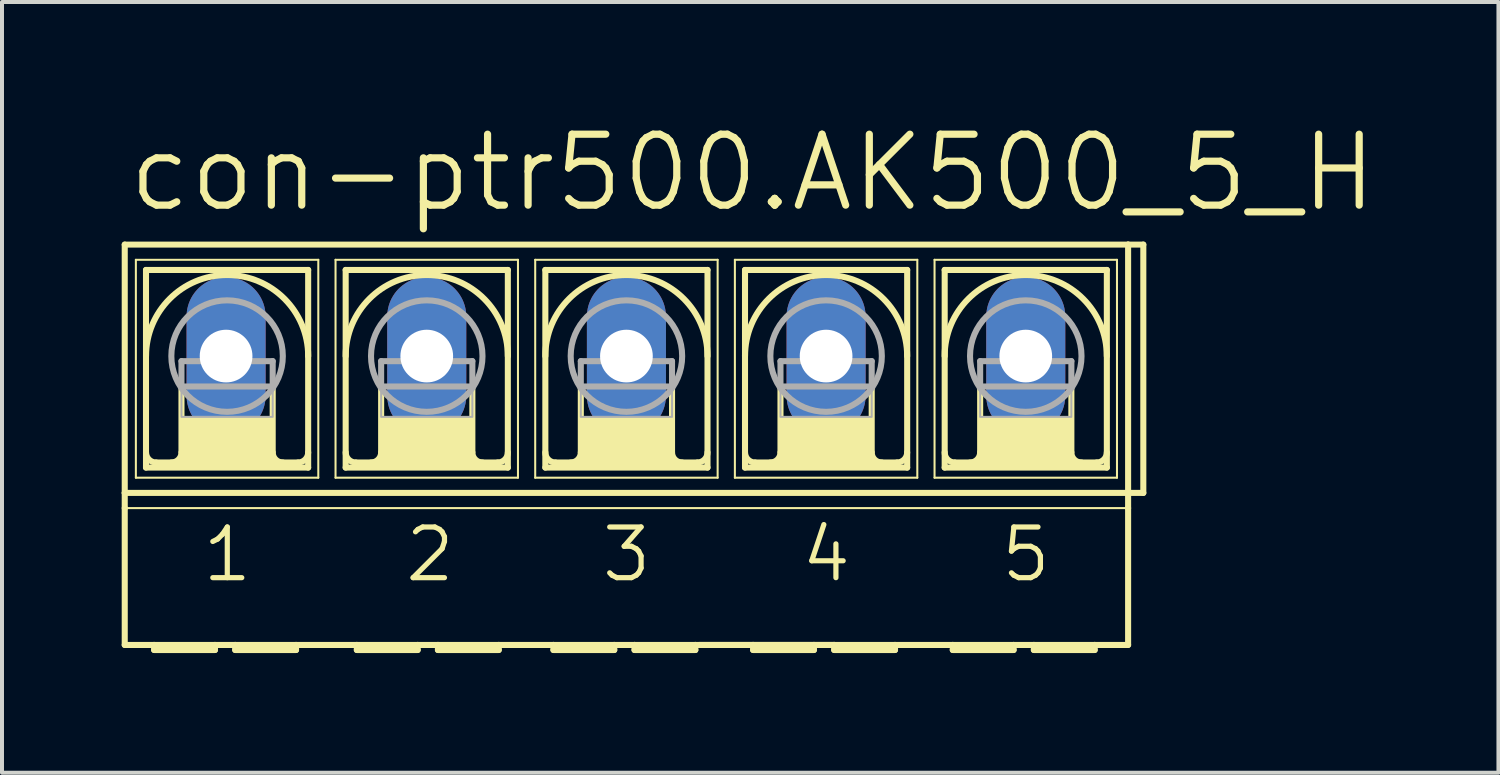
<source format=kicad_pcb>
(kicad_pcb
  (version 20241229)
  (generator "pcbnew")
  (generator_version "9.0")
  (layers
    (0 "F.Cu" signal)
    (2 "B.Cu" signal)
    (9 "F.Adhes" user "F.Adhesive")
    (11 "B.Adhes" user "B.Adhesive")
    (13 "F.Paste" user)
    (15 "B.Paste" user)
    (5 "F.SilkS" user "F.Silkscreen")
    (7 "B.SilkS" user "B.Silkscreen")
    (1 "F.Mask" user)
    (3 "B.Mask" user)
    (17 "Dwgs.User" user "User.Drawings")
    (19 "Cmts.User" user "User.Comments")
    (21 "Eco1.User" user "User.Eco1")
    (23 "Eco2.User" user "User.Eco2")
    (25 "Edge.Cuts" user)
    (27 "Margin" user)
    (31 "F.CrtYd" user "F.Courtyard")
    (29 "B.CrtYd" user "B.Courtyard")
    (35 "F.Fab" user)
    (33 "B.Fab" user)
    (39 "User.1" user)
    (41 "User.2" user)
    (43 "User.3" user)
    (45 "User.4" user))
  (footprint "con-ptr500.AK500_5_H"
    (layer "F.Cu")
    (at 12.649 5.874)
    (property "Reference" "con-ptr500.AK500_5_H" (at -12.573 -3.556 0) (layer "F.SilkS") (effects (font (size 1.778 1.778) (thickness 0.18)) (justify left bottom)))
    (attr through_hole)
    (fp_line (start -12.573 3.429) (end -12.573 -2.794) (stroke (width 0.152) (type default)) (layer "F.SilkS"))
    (fp_line (start -12.573 3.429) (end 12.573 3.429) (stroke (width 0.152) (type default)) (layer "F.SilkS"))
    (fp_line (start -12.573 3.81) (end -12.573 3.429) (stroke (width 0.152) (type default)) (layer "F.SilkS"))
    (fp_line (start -12.573 7.239) (end -12.573 3.81) (stroke (width 0.152) (type default)) (layer "F.SilkS"))
    (fp_line (start -12.573 7.239) (end -11.836 7.239) (stroke (width 0.152) (type default)) (layer "F.SilkS"))
    (fp_line (start -12.294 -2.413) (end -12.294 3.048) (stroke (width 0.051) (type default)) (layer "F.SilkS"))
    (fp_line (start -12.294 -2.413) (end -7.722 -2.413) (stroke (width 0.051) (type default)) (layer "F.SilkS"))
    (fp_line (start -12.04 2.794) (end -12.04 -2.159) (stroke (width 0.152) (type default)) (layer "F.SilkS"))
    (fp_line (start -12.04 2.794) (end -7.976 2.794) (stroke (width 0.152) (type default)) (layer "F.SilkS"))
    (fp_line (start -11.836 7.239) (end -10.312 7.239) (stroke (width 0.152) (type default)) (layer "F.SilkS"))
    (fp_line (start -11.836 7.366) (end -11.836 7.239) (stroke (width 0.152) (type default)) (layer "F.SilkS"))
    (fp_line (start -11.836 7.366) (end -10.312 7.366) (stroke (width 0.152) (type default)) (layer "F.SilkS"))
    (fp_line (start -11.151 0.762) (end -11.151 2.413) (stroke (width 0.152) (type default)) (layer "F.SilkS"))
    (fp_line (start -10.312 7.239) (end -10.312 7.366) (stroke (width 0.152) (type default)) (layer "F.SilkS"))
    (fp_line (start -10.312 7.239) (end -9.804 7.239) (stroke (width 0.152) (type default)) (layer "F.SilkS"))
    (fp_line (start -9.804 7.239) (end -8.28 7.239) (stroke (width 0.152) (type default)) (layer "F.SilkS"))
    (fp_line (start -9.804 7.366) (end -9.804 7.239) (stroke (width 0.152) (type default)) (layer "F.SilkS"))
    (fp_line (start -9.804 7.366) (end -8.28 7.366) (stroke (width 0.152) (type default)) (layer "F.SilkS"))
    (fp_line (start -8.865 0.762) (end -8.865 2.413) (stroke (width 0.152) (type default)) (layer "F.SilkS"))
    (fp_line (start -8.28 7.239) (end -6.756 7.239) (stroke (width 0.152) (type default)) (layer "F.SilkS"))
    (fp_line (start -8.28 7.366) (end -8.28 7.239) (stroke (width 0.152) (type default)) (layer "F.SilkS"))
    (fp_line (start -8.23 2.667) (end -11.786 2.667) (stroke (width 0.152) (type default)) (layer "F.SilkS"))
    (fp_line (start -7.976 -2.159) (end -12.04 -2.159) (stroke (width 0.152) (type default)) (layer "F.SilkS"))
    (fp_line (start -7.976 -2.159) (end -7.976 2.794) (stroke (width 0.152) (type default)) (layer "F.SilkS"))
    (fp_line (start -7.722 -2.413) (end -7.722 3.048) (stroke (width 0.051) (type default)) (layer "F.SilkS"))
    (fp_line (start -7.722 3.048) (end -12.294 3.048) (stroke (width 0.051) (type default)) (layer "F.SilkS"))
    (fp_line (start -7.29 -2.413) (end -7.29 3.048) (stroke (width 0.051) (type default)) (layer "F.SilkS"))
    (fp_line (start -7.29 -2.413) (end -2.718 -2.413) (stroke (width 0.051) (type default)) (layer "F.SilkS"))
    (fp_line (start -7.036 -2.159) (end -7.036 2.794) (stroke (width 0.152) (type default)) (layer "F.SilkS"))
    (fp_line (start -7.036 2.794) (end -2.972 2.794) (stroke (width 0.152) (type default)) (layer "F.SilkS"))
    (fp_line (start -6.756 7.239) (end -5.232 7.239) (stroke (width 0.152) (type default)) (layer "F.SilkS"))
    (fp_line (start -6.756 7.366) (end -6.756 7.239) (stroke (width 0.152) (type default)) (layer "F.SilkS"))
    (fp_line (start -6.756 7.366) (end -5.232 7.366) (stroke (width 0.152) (type default)) (layer "F.SilkS"))
    (fp_line (start -6.147 0.762) (end -6.147 2.413) (stroke (width 0.152) (type default)) (layer "F.SilkS"))
    (fp_line (start -5.232 7.239) (end -5.232 7.366) (stroke (width 0.152) (type default)) (layer "F.SilkS"))
    (fp_line (start -5.232 7.239) (end -4.724 7.239) (stroke (width 0.152) (type default)) (layer "F.SilkS"))
    (fp_line (start -4.724 7.239) (end -3.2 7.239) (stroke (width 0.152) (type default)) (layer "F.SilkS"))
    (fp_line (start -4.724 7.366) (end -4.724 7.239) (stroke (width 0.152) (type default)) (layer "F.SilkS"))
    (fp_line (start -4.724 7.366) (end -3.2 7.366) (stroke (width 0.152) (type default)) (layer "F.SilkS"))
    (fp_line (start -3.861 0.762) (end -3.861 2.413) (stroke (width 0.152) (type default)) (layer "F.SilkS"))
    (fp_line (start -3.226 2.667) (end -6.782 2.667) (stroke (width 0.152) (type default)) (layer "F.SilkS"))
    (fp_line (start -3.2 7.366) (end -3.2 7.239) (stroke (width 0.152) (type default)) (layer "F.SilkS"))
    (fp_line (start -2.972 -2.159) (end -7.036 -2.159) (stroke (width 0.152) (type default)) (layer "F.SilkS"))
    (fp_line (start -2.972 2.794) (end -2.972 -2.159) (stroke (width 0.152) (type default)) (layer "F.SilkS"))
    (fp_line (start -2.718 3.048) (end -7.29 3.048) (stroke (width 0.051) (type default)) (layer "F.SilkS"))
    (fp_line (start -2.718 3.048) (end -2.718 -2.413) (stroke (width 0.051) (type default)) (layer "F.SilkS"))
    (fp_line (start -2.286 -2.413) (end -2.286 3.048) (stroke (width 0.051) (type default)) (layer "F.SilkS"))
    (fp_line (start -2.286 -2.413) (end 2.286 -2.413) (stroke (width 0.051) (type default)) (layer "F.SilkS"))
    (fp_line (start -2.032 2.794) (end -2.032 -2.159) (stroke (width 0.152) (type default)) (layer "F.SilkS"))
    (fp_line (start -2.032 2.794) (end 2.032 2.794) (stroke (width 0.152) (type default)) (layer "F.SilkS"))
    (fp_line (start -1.829 7.239) (end -3.2 7.239) (stroke (width 0.152) (type default)) (layer "F.SilkS"))
    (fp_line (start -1.829 7.239) (end -1.829 7.366) (stroke (width 0.152) (type default)) (layer "F.SilkS"))
    (fp_line (start -1.829 7.239) (end -0.305 7.239) (stroke (width 0.152) (type default)) (layer "F.SilkS"))
    (fp_line (start -1.829 7.366) (end -0.305 7.366) (stroke (width 0.152) (type default)) (layer "F.SilkS"))
    (fp_line (start -1.143 0.762) (end -1.143 2.413) (stroke (width 0.152) (type default)) (layer "F.SilkS"))
    (fp_line (start -0.305 7.239) (end -0.305 7.366) (stroke (width 0.152) (type default)) (layer "F.SilkS"))
    (fp_line (start -0.305 7.239) (end 0.203 7.239) (stroke (width 0.152) (type default)) (layer "F.SilkS"))
    (fp_line (start 0.203 7.239) (end 0.203 7.366) (stroke (width 0.152) (type default)) (layer "F.SilkS"))
    (fp_line (start 0.203 7.239) (end 1.727 7.239) (stroke (width 0.152) (type default)) (layer "F.SilkS"))
    (fp_line (start 0.203 7.366) (end 1.727 7.366) (stroke (width 0.152) (type default)) (layer "F.SilkS"))
    (fp_line (start 1.143 0.762) (end 1.143 2.413) (stroke (width 0.152) (type default)) (layer "F.SilkS"))
    (fp_line (start 1.727 7.366) (end 1.727 7.239) (stroke (width 0.152) (type default)) (layer "F.SilkS"))
    (fp_line (start 1.778 2.667) (end -1.778 2.667) (stroke (width 0.152) (type default)) (layer "F.SilkS"))
    (fp_line (start 2.032 -2.159) (end -2.032 -2.159) (stroke (width 0.152) (type default)) (layer "F.SilkS"))
    (fp_line (start 2.032 -2.159) (end 2.032 2.794) (stroke (width 0.152) (type default)) (layer "F.SilkS"))
    (fp_line (start 2.286 -2.413) (end 2.286 3.048) (stroke (width 0.051) (type default)) (layer "F.SilkS"))
    (fp_line (start 2.286 3.048) (end -2.286 3.048) (stroke (width 0.051) (type default)) (layer "F.SilkS"))
    (fp_line (start 2.718 -2.413) (end 2.718 3.048) (stroke (width 0.051) (type default)) (layer "F.SilkS"))
    (fp_line (start 2.718 -2.413) (end 7.29 -2.413) (stroke (width 0.051) (type default)) (layer "F.SilkS"))
    (fp_line (start 2.972 2.794) (end 2.972 -2.159) (stroke (width 0.152) (type default)) (layer "F.SilkS"))
    (fp_line (start 2.972 2.794) (end 7.036 2.794) (stroke (width 0.152) (type default)) (layer "F.SilkS"))
    (fp_line (start 3.175 7.239) (end 1.829 7.239) (stroke (width 0.152) (type default)) (layer "F.SilkS"))
    (fp_line (start 3.175 7.239) (end 3.175 7.366) (stroke (width 0.152) (type default)) (layer "F.SilkS"))
    (fp_line (start 3.175 7.239) (end 4.699 7.239) (stroke (width 0.152) (type default)) (layer "F.SilkS"))
    (fp_line (start 3.175 7.366) (end 4.699 7.366) (stroke (width 0.152) (type default)) (layer "F.SilkS"))
    (fp_line (start 3.861 0.762) (end 3.861 2.413) (stroke (width 0.152) (type default)) (layer "F.SilkS"))
    (fp_line (start 4.699 7.239) (end 4.699 7.366) (stroke (width 0.152) (type default)) (layer "F.SilkS"))
    (fp_line (start 4.699 7.239) (end 5.207 7.239) (stroke (width 0.152) (type default)) (layer "F.SilkS"))
    (fp_line (start 5.207 7.239) (end 1.727 7.239) (stroke (width 0.152) (type default)) (layer "F.SilkS"))
    (fp_line (start 5.207 7.239) (end 5.207 7.366) (stroke (width 0.152) (type default)) (layer "F.SilkS"))
    (fp_line (start 5.207 7.366) (end 6.731 7.366) (stroke (width 0.152) (type default)) (layer "F.SilkS"))
    (fp_line (start 6.147 0.762) (end 6.147 2.413) (stroke (width 0.152) (type default)) (layer "F.SilkS"))
    (fp_line (start 6.731 7.239) (end 5.207 7.239) (stroke (width 0.152) (type default)) (layer "F.SilkS"))
    (fp_line (start 6.731 7.366) (end 6.731 7.239) (stroke (width 0.152) (type default)) (layer "F.SilkS"))
    (fp_line (start 6.782 2.667) (end 3.226 2.667) (stroke (width 0.152) (type default)) (layer "F.SilkS"))
    (fp_line (start 7.036 -2.159) (end 2.972 -2.159) (stroke (width 0.152) (type default)) (layer "F.SilkS"))
    (fp_line (start 7.036 -2.159) (end 7.036 2.794) (stroke (width 0.152) (type default)) (layer "F.SilkS"))
    (fp_line (start 7.29 -2.413) (end 7.29 3.048) (stroke (width 0.051) (type default)) (layer "F.SilkS"))
    (fp_line (start 7.29 3.048) (end 2.718 3.048) (stroke (width 0.051) (type default)) (layer "F.SilkS"))
    (fp_line (start 7.722 -2.413) (end 7.722 3.048) (stroke (width 0.051) (type default)) (layer "F.SilkS"))
    (fp_line (start 7.722 -2.413) (end 12.294 -2.413) (stroke (width 0.051) (type default)) (layer "F.SilkS"))
    (fp_line (start 7.976 2.794) (end 7.976 -2.159) (stroke (width 0.152) (type default)) (layer "F.SilkS"))
    (fp_line (start 7.976 2.794) (end 12.04 2.794) (stroke (width 0.152) (type default)) (layer "F.SilkS"))
    (fp_line (start 8.179 7.239) (end 6.731 7.239) (stroke (width 0.152) (type default)) (layer "F.SilkS"))
    (fp_line (start 8.179 7.366) (end 8.179 7.239) (stroke (width 0.152) (type default)) (layer "F.SilkS"))
    (fp_line (start 8.179 7.366) (end 9.703 7.366) (stroke (width 0.152) (type default)) (layer "F.SilkS"))
    (fp_line (start 8.865 0.762) (end 8.865 2.413) (stroke (width 0.152) (type default)) (layer "F.SilkS"))
    (fp_line (start 9.703 7.239) (end 8.179 7.239) (stroke (width 0.152) (type default)) (layer "F.SilkS"))
    (fp_line (start 9.703 7.239) (end 9.703 7.366) (stroke (width 0.152) (type default)) (layer "F.SilkS"))
    (fp_line (start 10.211 7.239) (end 9.703 7.239) (stroke (width 0.152) (type default)) (layer "F.SilkS"))
    (fp_line (start 10.211 7.366) (end 10.211 7.239) (stroke (width 0.152) (type default)) (layer "F.SilkS"))
    (fp_line (start 10.211 7.366) (end 11.735 7.366) (stroke (width 0.152) (type default)) (layer "F.SilkS"))
    (fp_line (start 11.151 0.762) (end 11.151 2.413) (stroke (width 0.152) (type default)) (layer "F.SilkS"))
    (fp_line (start 11.735 7.239) (end 10.211 7.239) (stroke (width 0.152) (type default)) (layer "F.SilkS"))
    (fp_line (start 11.735 7.366) (end 11.735 7.239) (stroke (width 0.152) (type default)) (layer "F.SilkS"))
    (fp_line (start 11.786 2.667) (end 8.23 2.667) (stroke (width 0.152) (type default)) (layer "F.SilkS"))
    (fp_line (start 12.04 -2.159) (end 7.976 -2.159) (stroke (width 0.152) (type default)) (layer "F.SilkS"))
    (fp_line (start 12.04 -2.159) (end 12.04 2.794) (stroke (width 0.152) (type default)) (layer "F.SilkS"))
    (fp_line (start 12.294 -2.413) (end 12.294 3.048) (stroke (width 0.051) (type default)) (layer "F.SilkS"))
    (fp_line (start 12.294 3.048) (end 7.722 3.048) (stroke (width 0.051) (type default)) (layer "F.SilkS"))
    (fp_line (start 12.573 -2.794) (end -12.573 -2.794) (stroke (width 0.152) (type default)) (layer "F.SilkS"))
    (fp_line (start 12.573 -2.794) (end 12.573 3.429) (stroke (width 0.152) (type default)) (layer "F.SilkS"))
    (fp_line (start 12.573 3.429) (end 12.573 3.81) (stroke (width 0.152) (type default)) (layer "F.SilkS"))
    (fp_line (start 12.573 3.81) (end -12.573 3.81) (stroke (width 0.051) (type default)) (layer "F.SilkS"))
    (fp_line (start 12.573 3.81) (end 12.573 7.239) (stroke (width 0.152) (type default)) (layer "F.SilkS"))
    (fp_line (start 12.573 7.239) (end 11.735 7.239) (stroke (width 0.152) (type default)) (layer "F.SilkS"))
    (fp_line (start 12.954 -2.794) (end 12.573 -2.794) (stroke (width 0.152) (type default)) (layer "F.SilkS"))
    (fp_line (start 12.954 -2.794) (end 12.954 3.429) (stroke (width 0.152) (type default)) (layer "F.SilkS"))
    (fp_line (start 12.954 3.429) (end 12.573 3.429) (stroke (width 0.152) (type default)) (layer "F.SilkS"))
    (fp_rect (start -11.151 2.667) (end -8.865 1.524) (stroke (width 0.05) (type default)) (fill yes) (layer "F.SilkS"))
    (fp_rect (start -6.147 2.667) (end -3.861 1.524) (stroke (width 0.05) (type default)) (fill yes) (layer "F.SilkS"))
    (fp_rect (start -1.143 2.667) (end 1.143 1.524) (stroke (width 0.05) (type default)) (fill yes) (layer "F.SilkS"))
    (fp_rect (start 3.861 2.667) (end 6.147 1.524) (stroke (width 0.05) (type default)) (fill yes) (layer "F.SilkS"))
    (fp_rect (start 8.865 2.667) (end 11.151 1.524) (stroke (width 0.05) (type default)) (fill yes) (layer "F.SilkS"))
    (fp_arc (start -12.0396 0) (mid -10.0076 -2.032) (end -7.9756 0) (stroke (width 0.1524) (type default)) (layer "F.SilkS"))
    (fp_arc (start -11.7856 2.667) (mid -11.965205 2.592605) (end -12.0396 2.413) (stroke (width 0.1524) (type default)) (layer "F.SilkS"))
    (fp_arc (start -11.1506 2.413) (mid -11.224995 2.592605) (end -11.4046 2.667) (stroke (width 0.1524) (type default)) (layer "F.SilkS"))
    (fp_arc (start -8.6106 2.667) (mid -8.790205 2.592605) (end -8.8646 2.413) (stroke (width 0.1524) (type default)) (layer "F.SilkS"))
    (fp_arc (start -7.9756 2.413) (mid -8.049995 2.592605) (end -8.2296 2.667) (stroke (width 0.1524) (type default)) (layer "F.SilkS"))
    (fp_arc (start -7.0358 0) (mid -5.0038 -2.032) (end -2.9718 0) (stroke (width 0.1524) (type default)) (layer "F.SilkS"))
    (fp_arc (start -6.7818 2.667) (mid -6.961405 2.592605) (end -7.0358 2.413) (stroke (width 0.1524) (type default)) (layer "F.SilkS"))
    (fp_arc (start -6.1468 2.413) (mid -6.221195 2.592605) (end -6.4008 2.667) (stroke (width 0.1524) (type default)) (layer "F.SilkS"))
    (fp_arc (start -3.6068 2.667) (mid -3.786405 2.592605) (end -3.8608 2.413) (stroke (width 0.1524) (type default)) (layer "F.SilkS"))
    (fp_arc (start -2.9718 2.413) (mid -3.046195 2.592605) (end -3.2258 2.667) (stroke (width 0.1524) (type default)) (layer "F.SilkS"))
    (fp_arc (start -2.032 0) (mid 0 -2.032) (end 2.032 0) (stroke (width 0.1524) (type default)) (layer "F.SilkS"))
    (fp_arc (start -1.778 2.667) (mid -1.957605 2.592605) (end -2.032 2.413) (stroke (width 0.1524) (type default)) (layer "F.SilkS"))
    (fp_arc (start -1.143 2.413) (mid -1.217395 2.592605) (end -1.397 2.667) (stroke (width 0.1524) (type default)) (layer "F.SilkS"))
    (fp_arc (start 1.397 2.667) (mid 1.217395 2.592605) (end 1.143 2.413) (stroke (width 0.1524) (type default)) (layer "F.SilkS"))
    (fp_arc (start 2.032 2.413) (mid 1.957605 2.592605) (end 1.778 2.667) (stroke (width 0.1524) (type default)) (layer "F.SilkS"))
    (fp_arc (start 2.9718 0) (mid 5.0038 -2.032) (end 7.0358 0) (stroke (width 0.1524) (type default)) (layer "F.SilkS"))
    (fp_arc (start 3.2258 2.667) (mid 3.046195 2.592605) (end 2.9718 2.413) (stroke (width 0.1524) (type default)) (layer "F.SilkS"))
    (fp_arc (start 3.8608 2.413) (mid 3.786405 2.592605) (end 3.6068 2.667) (stroke (width 0.1524) (type default)) (layer "F.SilkS"))
    (fp_arc (start 6.4008 2.667) (mid 6.221195 2.592605) (end 6.1468 2.413) (stroke (width 0.1524) (type default)) (layer "F.SilkS"))
    (fp_arc (start 7.0358 2.413) (mid 6.961405 2.592605) (end 6.7818 2.667) (stroke (width 0.1524) (type default)) (layer "F.SilkS"))
    (fp_arc (start 7.9756 0) (mid 10.0076 -2.032) (end 12.0396 0) (stroke (width 0.1524) (type default)) (layer "F.SilkS"))
    (fp_arc (start 8.2296 2.667) (mid 8.049995 2.592605) (end 7.9756 2.413) (stroke (width 0.1524) (type default)) (layer "F.SilkS"))
    (fp_arc (start 8.8646 2.413) (mid 8.790205 2.592605) (end 8.6106 2.667) (stroke (width 0.1524) (type default)) (layer "F.SilkS"))
    (fp_arc (start 11.4046 2.667) (mid 11.224995 2.592605) (end 11.1506 2.413) (stroke (width 0.1524) (type default)) (layer "F.SilkS"))
    (fp_arc (start 12.0396 2.413) (mid 11.965205 2.592605) (end 11.7856 2.667) (stroke (width 0.1524) (type default)) (layer "F.SilkS"))
    (fp_line (start -11.151 0.127) (end -11.151 0.762) (stroke (width 0.152) (type default)) (layer "F.Fab"))
    (fp_line (start -11.151 0.127) (end -8.865 0.127) (stroke (width 0.152) (type default)) (layer "F.Fab"))
    (fp_line (start -11.151 0.762) (end -8.865 0.762) (stroke (width 0.152) (type default)) (layer "F.Fab"))
    (fp_line (start -8.865 0.127) (end -8.865 0.762) (stroke (width 0.152) (type default)) (layer "F.Fab"))
    (fp_line (start -6.147 0.127) (end -6.147 0.762) (stroke (width 0.152) (type default)) (layer "F.Fab"))
    (fp_line (start -6.147 0.127) (end -3.861 0.127) (stroke (width 0.152) (type default)) (layer "F.Fab"))
    (fp_line (start -6.147 0.762) (end -3.861 0.762) (stroke (width 0.152) (type default)) (layer "F.Fab"))
    (fp_line (start -3.861 0.127) (end -3.861 0.762) (stroke (width 0.152) (type default)) (layer "F.Fab"))
    (fp_line (start -1.143 0.127) (end -1.143 0.762) (stroke (width 0.152) (type default)) (layer "F.Fab"))
    (fp_line (start -1.143 0.127) (end 1.143 0.127) (stroke (width 0.152) (type default)) (layer "F.Fab"))
    (fp_line (start -1.143 0.762) (end 1.143 0.762) (stroke (width 0.152) (type default)) (layer "F.Fab"))
    (fp_line (start 1.143 0.127) (end 1.143 0.762) (stroke (width 0.152) (type default)) (layer "F.Fab"))
    (fp_line (start 3.861 0.127) (end 3.861 0.762) (stroke (width 0.152) (type default)) (layer "F.Fab"))
    (fp_line (start 3.861 0.127) (end 6.147 0.127) (stroke (width 0.152) (type default)) (layer "F.Fab"))
    (fp_line (start 3.861 0.762) (end 6.147 0.762) (stroke (width 0.152) (type default)) (layer "F.Fab"))
    (fp_line (start 6.147 0.127) (end 6.147 0.762) (stroke (width 0.152) (type default)) (layer "F.Fab"))
    (fp_line (start 8.865 0.127) (end 8.865 0.762) (stroke (width 0.152) (type default)) (layer "F.Fab"))
    (fp_line (start 8.865 0.127) (end 11.151 0.127) (stroke (width 0.152) (type default)) (layer "F.Fab"))
    (fp_line (start 8.865 0.762) (end 11.151 0.762) (stroke (width 0.152) (type default)) (layer "F.Fab"))
    (fp_line (start 11.151 0.127) (end 11.151 0.762) (stroke (width 0.152) (type default)) (layer "F.Fab"))
    (fp_rect (start -11.151 1.524) (end -8.865 0.762) (stroke (width 0.05) (type default)) (fill no) (layer "F.Fab"))
    (fp_rect (start -6.147 1.524) (end -3.861 0.762) (stroke (width 0.05) (type default)) (fill no) (layer "F.Fab"))
    (fp_rect (start -1.143 1.524) (end 1.143 0.762) (stroke (width 0.05) (type default)) (fill no) (layer "F.Fab"))
    (fp_rect (start 3.861 1.524) (end 6.147 0.762) (stroke (width 0.05) (type default)) (fill no) (layer "F.Fab"))
    (fp_rect (start 8.865 1.524) (end 11.151 0.762) (stroke (width 0.05) (type default)) (fill no) (layer "F.Fab"))
    (fp_circle (center -10.008 0) (end -8.611 0) (stroke (width 0.152) (type default)) (fill no) (layer "F.Fab"))
    (fp_circle (center -5.004 0) (end -3.607 0) (stroke (width 0.152) (type default)) (fill no) (layer "F.Fab"))
    (fp_circle (center 0 0) (end 1.397 0) (stroke (width 0.152) (type default)) (fill no) (layer "F.Fab"))
    (fp_circle (center 5.004 0) (end 6.401 0) (stroke (width 0.152) (type default)) (fill no) (layer "F.Fab"))
    (fp_circle (center 10.008 0) (end 11.405 0) (stroke (width 0.152) (type default)) (fill no) (layer "F.Fab"))
    (fp_text user "2" (at -5.613 5.715 0) (layer "F.SilkS") (effects (font (size 1.27 1.27) (thickness 0.13)) (justify left bottom)))
    (fp_text user "3" (at -0.686 5.715 0) (layer "F.SilkS") (effects (font (size 1.27 1.27) (thickness 0.13)) (justify left bottom)))
    (fp_text user "1" (at -10.693 5.715 0) (layer "F.SilkS") (effects (font (size 1.27 1.27) (thickness 0.13)) (justify left bottom)))
    (fp_text user "5" (at 9.322 5.715 0) (layer "F.SilkS") (effects (font (size 1.27 1.27) (thickness 0.13)) (justify left bottom)))
    (fp_text user "4" (at 4.318 5.715 0) (layer "F.SilkS") (effects (font (size 1.27 1.27) (thickness 0.13)) (justify left bottom)))
    (pad "1" thru_hole oval (at -10.033 0 90) (size 3.962 1.981) (drill 1.321) (layers "*.Cu" "*.Mask"))
    (pad "2" thru_hole oval (at -5.004 0 90) (size 3.962 1.981) (drill 1.321) (layers "*.Cu" "*.Mask"))
    (pad "3" thru_hole oval (at 0 0 90) (size 3.962 1.981) (drill 1.321) (layers "*.Cu" "*.Mask"))
    (pad "4" thru_hole oval (at 5.004 0 90) (size 3.962 1.981) (drill 1.321) (layers "*.Cu" "*.Mask"))
    (pad "5" thru_hole oval (at 10.008 0 90) (size 3.962 1.981) (drill 1.321) (layers "*.Cu" "*.Mask")))
  (gr_rect
    (start -3 -3)
    (end 34.503 16.316)
    (stroke (width 0.1) (type default))
    (fill no)
    (layer "Edge.Cuts")))
</source>
